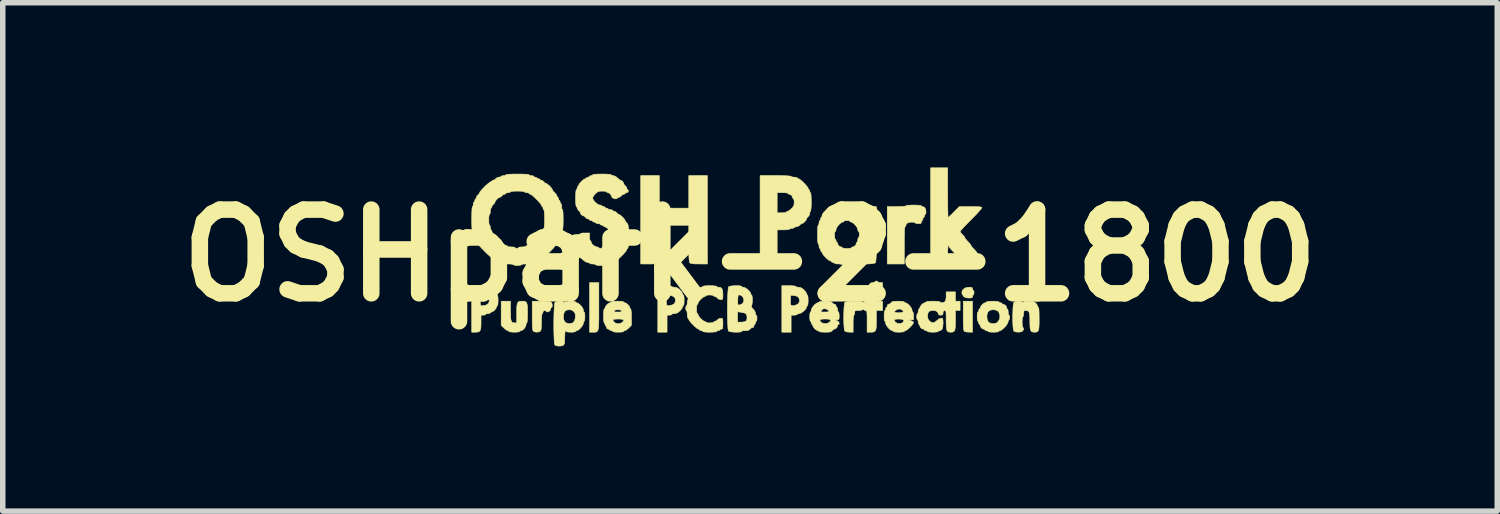
<source format=kicad_pcb>
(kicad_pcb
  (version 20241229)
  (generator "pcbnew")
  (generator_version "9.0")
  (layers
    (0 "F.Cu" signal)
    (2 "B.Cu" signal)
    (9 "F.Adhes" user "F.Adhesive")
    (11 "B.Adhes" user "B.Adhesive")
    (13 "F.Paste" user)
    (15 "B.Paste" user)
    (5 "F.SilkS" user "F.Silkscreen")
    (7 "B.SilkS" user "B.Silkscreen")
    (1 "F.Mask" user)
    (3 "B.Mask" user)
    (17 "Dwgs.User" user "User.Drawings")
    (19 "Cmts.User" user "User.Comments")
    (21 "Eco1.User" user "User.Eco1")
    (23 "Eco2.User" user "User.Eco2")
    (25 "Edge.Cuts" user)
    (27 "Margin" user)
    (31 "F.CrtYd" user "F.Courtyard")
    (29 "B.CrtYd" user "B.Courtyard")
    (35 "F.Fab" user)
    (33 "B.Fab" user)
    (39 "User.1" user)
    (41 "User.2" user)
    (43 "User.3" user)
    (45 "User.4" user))
  (footprint "OSHpark-2-1800"
    (layer "F.Cu")
    (at 10.603 1.6)
    (property "Reference" "OSHpark-2-1800" (at 0 0 180) (layer "F.SilkS") (effects (font (size 1.524 1.524) (thickness 0.3))))
    (attr through_hole)
    (fp_poly (pts (xy 4.05 1.397) (xy 3.983 1.396) (xy 3.935 1.392) (xy 3.903 1.38) (xy 3.898 1.376) (xy 3.891 1.359) (xy 3.886 1.323) (xy 3.883 1.266) (xy 3.881 1.185) (xy 3.881 1.094) (xy 3.881 0.833) (xy 4.05 0.833) (xy 4.05 1.397)) (stroke (width 0.01) (type solid)) (fill yes) (layer "F.SilkS"))
    (fp_poly (pts (xy -2.752 0.925) (xy -2.752 1.053) (xy -2.752 1.155) (xy -2.754 1.235) (xy -2.757 1.295) (xy -2.762 1.338) (xy -2.771 1.367) (xy -2.783 1.384) (xy -2.799 1.393) (xy -2.82 1.397) (xy -2.847 1.397) (xy -2.856 1.397) (xy -2.921 1.397) (xy -2.921 0.494) (xy -2.752 0.494) (xy -2.752 0.925)) (stroke (width 0.01) (type solid)) (fill yes) (layer "F.SilkS"))
    (fp_poly (pts (xy 4.026 0.58) (xy 4.045 0.588) (xy 4.05 0.604) (xy 4.05 0.607) (xy 4.056 0.63) (xy 4.064 0.635) (xy 4.074 0.647) (xy 4.078 0.677) (xy 4.078 0.677) (xy 4.074 0.707) (xy 4.064 0.72) (xy 4.064 0.72) (xy 4.053 0.731) (xy 4.05 0.748) (xy 4.046 0.765) (xy 4.03 0.773) (xy 3.994 0.775) (xy 3.983 0.775) (xy 3.933 0.77) (xy 3.9 0.755) (xy 3.884 0.74) (xy 3.858 0.697) (xy 3.858 0.655) (xy 3.879 0.618) (xy 3.919 0.591) (xy 3.976 0.579) (xy 3.986 0.579) (xy 4.026 0.58)) (stroke (width 0.01) (type solid)) (fill yes) (layer "F.SilkS"))
    (fp_poly (pts (xy -1.651 -0.861) (xy -1.115 -0.861) (xy -1.115 -1.453) (xy -0.776 -1.453) (xy -0.776 0.155) (xy -0.925 0.155) (xy -1 0.154) (xy -1.051 0.15) (xy -1.082 0.143) (xy -1.095 0.135) (xy -1.101 0.124) (xy -1.106 0.102) (xy -1.11 0.066) (xy -1.113 0.014) (xy -1.114 -0.058) (xy -1.115 -0.153) (xy -1.115 -0.218) (xy -1.115 -0.55) (xy -1.651 -0.55) (xy -1.651 -0.218) (xy -1.651 -0.108) (xy -1.652 -0.023) (xy -1.654 0.039) (xy -1.657 0.084) (xy -1.662 0.113) (xy -1.667 0.13) (xy -1.671 0.135) (xy -1.69 0.145) (xy -1.725 0.151) (xy -1.781 0.155) (xy -1.84 0.155) (xy -1.99 0.155) (xy -1.99 -1.453) (xy -1.651 -1.453) (xy -1.651 -0.861)) (stroke (width 0.01) (type solid)) (fill yes) (layer "F.SilkS"))
    (fp_poly (pts (xy -3.724 0.834) (xy -3.671 0.837) (xy -3.637 0.843) (xy -3.619 0.852) (xy -3.618 0.853) (xy -3.605 0.877) (xy -3.599 0.908) (xy -3.601 0.934) (xy -3.612 0.945) (xy -3.625 0.957) (xy -3.627 0.968) (xy -3.636 0.996) (xy -3.647 1.01) (xy -3.672 1.026) (xy -3.697 1.029) (xy -3.711 1.02) (xy -3.711 1.016) (xy -3.723 1.005) (xy -3.739 1.002) (xy -3.763 1.012) (xy -3.768 1.03) (xy -3.774 1.053) (xy -3.782 1.058) (xy -3.788 1.072) (xy -3.793 1.11) (xy -3.795 1.168) (xy -3.796 1.208) (xy -3.797 1.282) (xy -3.801 1.333) (xy -3.808 1.364) (xy -3.816 1.377) (xy -3.847 1.392) (xy -3.889 1.396) (xy -3.928 1.388) (xy -3.948 1.376) (xy -3.954 1.359) (xy -3.96 1.323) (xy -3.963 1.266) (xy -3.965 1.185) (xy -3.965 1.094) (xy -3.965 0.833) (xy -3.802 0.833) (xy -3.724 0.834)) (stroke (width 0.01) (type solid)) (fill yes) (layer "F.SilkS"))
    (fp_poly (pts (xy -4.36 1.01) (xy -4.359 1.093) (xy -4.356 1.152) (xy -4.347 1.191) (xy -4.334 1.214) (xy -4.313 1.225) (xy -4.284 1.228) (xy -4.247 1.228) (xy -4.247 1.05) (xy -4.247 0.967) (xy -4.243 0.909) (xy -4.234 0.87) (xy -4.219 0.847) (xy -4.196 0.836) (xy -4.162 0.833) (xy -4.149 0.833) (xy -4.111 0.834) (xy -4.084 0.843) (xy -4.067 0.861) (xy -4.057 0.894) (xy -4.051 0.946) (xy -4.05 1.021) (xy -4.05 1.05) (xy -4.051 1.127) (xy -4.054 1.184) (xy -4.059 1.218) (xy -4.064 1.228) (xy -4.075 1.24) (xy -4.078 1.264) (xy -4.088 1.298) (xy -4.113 1.334) (xy -4.144 1.36) (xy -4.169 1.369) (xy -4.188 1.376) (xy -4.191 1.383) (xy -4.204 1.39) (xy -4.239 1.395) (xy -4.29 1.397) (xy -4.29 1.397) (xy -4.34 1.395) (xy -4.375 1.39) (xy -4.389 1.383) (xy -4.389 1.383) (xy -4.4 1.37) (xy -4.41 1.369) (xy -4.432 1.359) (xy -4.464 1.336) (xy -4.481 1.32) (xy -4.53 1.271) (xy -4.53 0.833) (xy -4.36 0.833) (xy -4.36 1.01)) (stroke (width 0.01) (type solid)) (fill yes) (layer "F.SilkS"))
    (fp_poly (pts (xy 3.043 -0.916) (xy 3.09 -0.912) (xy 3.116 -0.906) (xy 3.119 -0.903) (xy 3.13 -0.891) (xy 3.141 -0.889) (xy 3.169 -0.88) (xy 3.183 -0.869) (xy 3.195 -0.845) (xy 3.202 -0.811) (xy 3.203 -0.777) (xy 3.197 -0.753) (xy 3.189 -0.748) (xy 3.178 -0.736) (xy 3.175 -0.72) (xy 3.169 -0.697) (xy 3.161 -0.691) (xy 3.149 -0.68) (xy 3.147 -0.663) (xy 3.141 -0.64) (xy 3.133 -0.635) (xy 3.121 -0.623) (xy 3.119 -0.607) (xy 3.114 -0.588) (xy 3.095 -0.58) (xy 3.062 -0.579) (xy 3.027 -0.582) (xy 3.007 -0.59) (xy 3.006 -0.593) (xy 2.993 -0.601) (xy 2.961 -0.606) (xy 2.941 -0.607) (xy 2.884 -0.599) (xy 2.848 -0.578) (xy 2.836 -0.544) (xy 2.829 -0.525) (xy 2.822 -0.522) (xy 2.817 -0.508) (xy 2.813 -0.467) (xy 2.811 -0.401) (xy 2.809 -0.31) (xy 2.808 -0.196) (xy 2.808 -0.183) (xy 2.808 0.155) (xy 2.498 0.155) (xy 2.498 -0.889) (xy 2.667 -0.889) (xy 2.741 -0.89) (xy 2.796 -0.893) (xy 2.829 -0.898) (xy 2.836 -0.903) (xy 2.85 -0.91) (xy 2.887 -0.914) (xy 2.945 -0.917) (xy 2.977 -0.917) (xy 3.043 -0.916)) (stroke (width 0.01) (type solid)) (fill yes) (layer "F.SilkS"))
    (fp_poly (pts (xy 0.766 0.552) (xy 0.81 0.556) (xy 0.831 0.562) (xy 0.833 0.564) (xy 0.845 0.574) (xy 0.876 0.578) (xy 0.882 0.579) (xy 0.923 0.585) (xy 0.96 0.608) (xy 0.981 0.627) (xy 1.01 0.66) (xy 1.028 0.689) (xy 1.03 0.698) (xy 1.038 0.717) (xy 1.044 0.72) (xy 1.051 0.733) (xy 1.056 0.768) (xy 1.058 0.818) (xy 1.058 0.818) (xy 1.056 0.869) (xy 1.051 0.904) (xy 1.044 0.917) (xy 1.044 0.917) (xy 1.032 0.929) (xy 1.03 0.939) (xy 1.019 0.967) (xy 0.991 1) (xy 0.955 1.031) (xy 0.918 1.053) (xy 0.897 1.058) (xy 0.87 1.063) (xy 0.861 1.072) (xy 0.848 1.081) (xy 0.817 1.086) (xy 0.804 1.087) (xy 0.748 1.087) (xy 0.748 1.397) (xy 0.579 1.397) (xy 0.579 0.861) (xy 0.735 0.861) (xy 0.74 0.896) (xy 0.754 0.912) (xy 0.781 0.915) (xy 0.799 0.913) (xy 0.841 0.9) (xy 0.875 0.882) (xy 0.877 0.88) (xy 0.899 0.843) (xy 0.9 0.799) (xy 0.88 0.76) (xy 0.875 0.755) (xy 0.842 0.738) (xy 0.799 0.729) (xy 0.794 0.728) (xy 0.741 0.727) (xy 0.737 0.803) (xy 0.735 0.861) (xy 0.579 0.861) (xy 0.579 0.55) (xy 0.706 0.55) (xy 0.766 0.552)) (stroke (width 0.01) (type solid)) (fill yes) (layer "F.SilkS"))
    (fp_poly (pts (xy -1.491 0.552) (xy -1.448 0.556) (xy -1.427 0.562) (xy -1.425 0.564) (xy -1.413 0.574) (xy -1.382 0.578) (xy -1.375 0.579) (xy -1.335 0.585) (xy -1.297 0.608) (xy -1.277 0.627) (xy -1.248 0.66) (xy -1.23 0.689) (xy -1.228 0.698) (xy -1.22 0.717) (xy -1.214 0.72) (xy -1.206 0.733) (xy -1.201 0.768) (xy -1.199 0.818) (xy -1.199 0.818) (xy -1.201 0.869) (xy -1.206 0.904) (xy -1.214 0.917) (xy -1.214 0.917) (xy -1.226 0.929) (xy -1.228 0.939) (xy -1.237 0.961) (xy -1.261 0.993) (xy -1.277 1.009) (xy -1.317 1.043) (xy -1.354 1.057) (xy -1.375 1.058) (xy -1.408 1.062) (xy -1.425 1.07) (xy -1.425 1.072) (xy -1.437 1.082) (xy -1.467 1.087) (xy -1.468 1.087) (xy -1.51 1.087) (xy -1.51 1.397) (xy -1.679 1.397) (xy -1.679 0.807) (xy -1.524 0.807) (xy -1.522 0.856) (xy -1.518 0.893) (xy -1.513 0.909) (xy -1.491 0.915) (xy -1.454 0.911) (xy -1.414 0.899) (xy -1.383 0.882) (xy -1.381 0.88) (xy -1.359 0.843) (xy -1.358 0.799) (xy -1.377 0.76) (xy -1.382 0.756) (xy -1.413 0.738) (xy -1.457 0.725) (xy -1.466 0.724) (xy -1.524 0.716) (xy -1.524 0.807) (xy -1.679 0.807) (xy -1.679 0.55) (xy -1.552 0.55) (xy -1.491 0.552)) (stroke (width 0.01) (type solid)) (fill yes) (layer "F.SilkS"))
    (fp_poly (pts (xy -4.878 0.552) (xy -4.835 0.556) (xy -4.813 0.562) (xy -4.812 0.564) (xy -4.799 0.574) (xy -4.769 0.578) (xy -4.762 0.579) (xy -4.722 0.585) (xy -4.684 0.608) (xy -4.663 0.627) (xy -4.635 0.66) (xy -4.617 0.689) (xy -4.614 0.698) (xy -4.607 0.717) (xy -4.6 0.72) (xy -4.593 0.733) (xy -4.588 0.768) (xy -4.586 0.818) (xy -4.586 0.818) (xy -4.588 0.869) (xy -4.593 0.904) (xy -4.6 0.917) (xy -4.6 0.917) (xy -4.613 0.929) (xy -4.614 0.939) (xy -4.625 0.966) (xy -4.651 0.997) (xy -4.681 1.021) (xy -4.705 1.03) (xy -4.725 1.038) (xy -4.727 1.044) (xy -4.739 1.054) (xy -4.769 1.058) (xy -4.77 1.058) (xy -4.799 1.062) (xy -4.812 1.072) (xy -4.812 1.072) (xy -4.824 1.082) (xy -4.854 1.087) (xy -4.854 1.087) (xy -4.897 1.087) (xy -4.897 1.222) (xy -4.898 1.295) (xy -4.904 1.344) (xy -4.918 1.375) (xy -4.941 1.391) (xy -4.977 1.396) (xy -5.001 1.397) (xy -5.066 1.397) (xy -5.066 0.818) (xy -4.911 0.818) (xy -4.91 0.87) (xy -4.907 0.9) (xy -4.899 0.913) (xy -4.885 0.917) (xy -4.876 0.917) (xy -4.835 0.912) (xy -4.807 0.904) (xy -4.766 0.878) (xy -4.748 0.842) (xy -4.749 0.804) (xy -4.769 0.767) (xy -4.804 0.737) (xy -4.853 0.721) (xy -4.876 0.72) (xy -4.894 0.721) (xy -4.905 0.73) (xy -4.909 0.752) (xy -4.911 0.794) (xy -4.911 0.818) (xy -5.066 0.818) (xy -5.066 0.55) (xy -4.939 0.55) (xy -4.878 0.552)) (stroke (width 0.01) (type solid)) (fill yes) (layer "F.SilkS"))
    (fp_poly (pts (xy 5.128 0.834) (xy 5.162 0.841) (xy 5.187 0.855) (xy 5.201 0.867) (xy 5.224 0.897) (xy 5.235 0.922) (xy 5.235 0.924) (xy 5.243 0.943) (xy 5.249 0.945) (xy 5.255 0.959) (xy 5.26 0.998) (xy 5.262 1.061) (xy 5.263 1.144) (xy 5.263 1.151) (xy 5.263 1.24) (xy 5.26 1.304) (xy 5.254 1.349) (xy 5.242 1.376) (xy 5.225 1.391) (xy 5.2 1.396) (xy 5.179 1.397) (xy 5.145 1.394) (xy 5.122 1.383) (xy 5.107 1.36) (xy 5.098 1.319) (xy 5.095 1.258) (xy 5.094 1.199) (xy 5.093 1.12) (xy 5.088 1.065) (xy 5.078 1.03) (xy 5.061 1.011) (xy 5.036 1.003) (xy 5.018 1.002) (xy 4.994 1.005) (xy 4.984 1.019) (xy 4.981 1.052) (xy 4.981 1.058) (xy 4.978 1.094) (xy 4.97 1.113) (xy 4.967 1.115) (xy 4.96 1.128) (xy 4.955 1.163) (xy 4.953 1.213) (xy 4.953 1.214) (xy 4.955 1.264) (xy 4.96 1.299) (xy 4.967 1.312) (xy 4.967 1.312) (xy 4.98 1.323) (xy 4.979 1.346) (xy 4.965 1.372) (xy 4.961 1.377) (xy 4.932 1.391) (xy 4.889 1.396) (xy 4.844 1.393) (xy 4.81 1.382) (xy 4.801 1.376) (xy 4.794 1.353) (xy 4.788 1.309) (xy 4.784 1.248) (xy 4.782 1.176) (xy 4.782 1.1) (xy 4.784 1.025) (xy 4.787 0.956) (xy 4.792 0.901) (xy 4.799 0.864) (xy 4.804 0.853) (xy 4.83 0.84) (xy 4.869 0.834) (xy 4.91 0.833) (xy 4.944 0.84) (xy 4.959 0.85) (xy 4.968 0.861) (xy 4.975 0.85) (xy 4.995 0.839) (xy 5.041 0.833) (xy 5.075 0.833) (xy 5.128 0.834)) (stroke (width 0.01) (type solid)) (fill yes) (layer "F.SilkS"))
    (fp_poly (pts (xy 3.598 -1.143) (xy 3.599 -1.033) (xy 3.599 -0.933) (xy 3.6 -0.846) (xy 3.602 -0.775) (xy 3.603 -0.724) (xy 3.605 -0.696) (xy 3.606 -0.691) (xy 3.619 -0.701) (xy 3.646 -0.726) (xy 3.684 -0.763) (xy 3.711 -0.79) (xy 3.809 -0.889) (xy 4.014 -0.889) (xy 4.095 -0.889) (xy 4.152 -0.887) (xy 4.189 -0.884) (xy 4.21 -0.879) (xy 4.218 -0.872) (xy 4.219 -0.867) (xy 4.21 -0.851) (xy 4.183 -0.819) (xy 4.142 -0.773) (xy 4.09 -0.719) (xy 4.03 -0.658) (xy 4.022 -0.649) (xy 3.961 -0.588) (xy 3.908 -0.533) (xy 3.865 -0.487) (xy 3.837 -0.454) (xy 3.824 -0.437) (xy 3.824 -0.436) (xy 3.834 -0.417) (xy 3.857 -0.39) (xy 3.866 -0.381) (xy 3.893 -0.352) (xy 3.908 -0.329) (xy 3.909 -0.325) (xy 3.918 -0.307) (xy 3.943 -0.277) (xy 3.965 -0.254) (xy 3.996 -0.221) (xy 4.017 -0.194) (xy 4.022 -0.183) (xy 4.031 -0.165) (xy 4.056 -0.136) (xy 4.078 -0.113) (xy 4.109 -0.08) (xy 4.13 -0.053) (xy 4.135 -0.042) (xy 4.144 -0.024) (xy 4.168 0.005) (xy 4.191 0.028) (xy 4.232 0.076) (xy 4.247 0.116) (xy 4.247 0.119) (xy 4.247 0.155) (xy 4.05 0.155) (xy 3.971 0.155) (xy 3.916 0.153) (xy 3.88 0.15) (xy 3.861 0.145) (xy 3.853 0.138) (xy 3.852 0.133) (xy 3.843 0.111) (xy 3.818 0.08) (xy 3.796 0.056) (xy 3.765 0.024) (xy 3.744 -0.003) (xy 3.739 -0.014) (xy 3.73 -0.032) (xy 3.706 -0.062) (xy 3.683 -0.085) (xy 3.652 -0.119) (xy 3.631 -0.148) (xy 3.627 -0.161) (xy 3.619 -0.181) (xy 3.612 -0.183) (xy 3.606 -0.17) (xy 3.602 -0.131) (xy 3.599 -0.071) (xy 3.598 -0.014) (xy 3.598 0.155) (xy 3.288 0.155) (xy 3.288 -1.595) (xy 3.598 -1.595) (xy 3.598 -1.143)) (stroke (width 0.01) (type solid)) (fill yes) (layer "F.SilkS"))
    (fp_poly (pts (xy -3.238 0.833) (xy -3.2 0.836) (xy -3.178 0.843) (xy -3.175 0.847) (xy -3.164 0.859) (xy -3.153 0.861) (xy -3.126 0.872) (xy -3.092 0.9) (xy -3.061 0.936) (xy -3.039 0.972) (xy -3.034 0.994) (xy -3.029 1.021) (xy -3.02 1.03) (xy -3.012 1.043) (xy -3.007 1.077) (xy -3.006 1.115) (xy -3.008 1.16) (xy -3.013 1.19) (xy -3.02 1.199) (xy -3.03 1.212) (xy -3.034 1.235) (xy -3.044 1.266) (xy -3.069 1.303) (xy -3.101 1.338) (xy -3.134 1.363) (xy -3.153 1.369) (xy -3.172 1.376) (xy -3.175 1.383) (xy -3.188 1.39) (xy -3.221 1.396) (xy -3.26 1.397) (xy -3.305 1.395) (xy -3.335 1.389) (xy -3.344 1.383) (xy -3.355 1.369) (xy -3.358 1.369) (xy -3.365 1.382) (xy -3.37 1.419) (xy -3.372 1.473) (xy -3.373 1.49) (xy -3.374 1.559) (xy -3.38 1.604) (xy -3.391 1.629) (xy -3.393 1.631) (xy -3.422 1.645) (xy -3.465 1.65) (xy -3.509 1.647) (xy -3.544 1.636) (xy -3.552 1.63) (xy -3.559 1.609) (xy -3.564 1.565) (xy -3.567 1.501) (xy -3.57 1.424) (xy -3.572 1.337) (xy -3.572 1.246) (xy -3.571 1.154) (xy -3.57 1.098) (xy -3.397 1.098) (xy -3.394 1.163) (xy -3.37 1.21) (xy -3.329 1.236) (xy -3.289 1.242) (xy -3.236 1.232) (xy -3.211 1.214) (xy -3.193 1.183) (xy -3.181 1.138) (xy -3.179 1.126) (xy -3.182 1.064) (xy -3.207 1.019) (xy -3.25 0.993) (xy -3.29 0.988) (xy -3.341 0.995) (xy -3.374 1.02) (xy -3.393 1.065) (xy -3.397 1.098) (xy -3.57 1.098) (xy -3.569 1.066) (xy -3.566 0.988) (xy -3.562 0.923) (xy -3.557 0.877) (xy -3.551 0.854) (xy -3.55 0.853) (xy -3.524 0.84) (xy -3.485 0.834) (xy -3.443 0.833) (xy -3.41 0.84) (xy -3.395 0.85) (xy -3.386 0.861) (xy -3.378 0.85) (xy -3.362 0.841) (xy -3.327 0.836) (xy -3.283 0.833) (xy -3.238 0.833)) (stroke (width 0.01) (type solid)) (fill yes) (layer "F.SilkS"))
    (fp_poly (pts (xy 0.569 -1.453) (xy 0.651 -1.451) (xy 0.709 -1.447) (xy 0.741 -1.443) (xy 0.748 -1.439) (xy 0.76 -1.43) (xy 0.792 -1.426) (xy 0.804 -1.425) (xy 0.84 -1.422) (xy 0.859 -1.414) (xy 0.861 -1.411) (xy 0.872 -1.399) (xy 0.882 -1.397) (xy 0.903 -1.387) (xy 0.936 -1.361) (xy 0.974 -1.326) (xy 1.011 -1.288) (xy 1.04 -1.253) (xy 1.057 -1.227) (xy 1.058 -1.221) (xy 1.066 -1.202) (xy 1.072 -1.199) (xy 1.084 -1.188) (xy 1.087 -1.171) (xy 1.092 -1.148) (xy 1.101 -1.143) (xy 1.107 -1.129) (xy 1.111 -1.091) (xy 1.114 -1.031) (xy 1.115 -0.974) (xy 1.114 -0.899) (xy 1.11 -0.844) (xy 1.105 -0.812) (xy 1.101 -0.804) (xy 1.09 -0.792) (xy 1.087 -0.765) (xy 1.076 -0.726) (xy 1.058 -0.706) (xy 1.036 -0.683) (xy 1.03 -0.667) (xy 1.02 -0.643) (xy 0.995 -0.613) (xy 0.966 -0.589) (xy 0.942 -0.579) (xy 0.92 -0.568) (xy 0.903 -0.55) (xy 0.872 -0.528) (xy 0.844 -0.522) (xy 0.815 -0.518) (xy 0.804 -0.508) (xy 0.792 -0.498) (xy 0.763 -0.494) (xy 0.762 -0.494) (xy 0.732 -0.49) (xy 0.72 -0.48) (xy 0.72 -0.48) (xy 0.706 -0.473) (xy 0.67 -0.468) (xy 0.617 -0.466) (xy 0.607 -0.466) (xy 0.494 -0.466) (xy 0.494 0.155) (xy 0.183 0.155) (xy 0.183 -1.143) (xy 0.494 -1.143) (xy 0.494 -0.776) (xy 0.579 -0.776) (xy 0.624 -0.778) (xy 0.654 -0.784) (xy 0.663 -0.79) (xy 0.675 -0.803) (xy 0.685 -0.804) (xy 0.707 -0.814) (xy 0.739 -0.838) (xy 0.755 -0.853) (xy 0.787 -0.889) (xy 0.801 -0.923) (xy 0.804 -0.966) (xy 0.802 -1.004) (xy 0.795 -1.027) (xy 0.79 -1.03) (xy 0.778 -1.042) (xy 0.776 -1.052) (xy 0.764 -1.084) (xy 0.736 -1.109) (xy 0.714 -1.115) (xy 0.694 -1.122) (xy 0.691 -1.129) (xy 0.678 -1.136) (xy 0.643 -1.141) (xy 0.593 -1.143) (xy 0.494 -1.143) (xy 0.183 -1.143) (xy 0.183 -1.453) (xy 0.466 -1.453) (xy 0.569 -1.453)) (stroke (width 0.01) (type solid)) (fill yes) (layer "F.SilkS"))
    (fp_poly (pts (xy 2.323 0.472) (xy 2.328 0.48) (xy 2.341 0.49) (xy 2.37 0.494) (xy 2.371 0.494) (xy 2.413 0.494) (xy 2.413 0.663) (xy 2.3 0.663) (xy 2.3 0.833) (xy 2.413 0.833) (xy 2.413 1.002) (xy 2.3 1.002) (xy 2.3 1.179) (xy 2.299 1.262) (xy 2.296 1.321) (xy 2.287 1.359) (xy 2.272 1.382) (xy 2.248 1.393) (xy 2.213 1.397) (xy 2.195 1.397) (xy 2.131 1.397) (xy 2.131 1.199) (xy 2.131 1.121) (xy 2.129 1.067) (xy 2.127 1.032) (xy 2.122 1.013) (xy 2.115 1.004) (xy 2.105 1.002) (xy 2.104 1.002) (xy 2.077 0.994) (xy 2.068 0.984) (xy 2.059 0.974) (xy 2.052 0.984) (xy 2.033 0.996) (xy 1.993 1.001) (xy 1.974 1.002) (xy 1.933 1.003) (xy 1.913 1.009) (xy 1.906 1.024) (xy 1.905 1.044) (xy 1.901 1.074) (xy 1.891 1.087) (xy 1.891 1.087) (xy 1.885 1.1) (xy 1.88 1.138) (xy 1.877 1.197) (xy 1.877 1.242) (xy 1.877 1.397) (xy 1.81 1.396) (xy 1.762 1.392) (xy 1.73 1.38) (xy 1.725 1.376) (xy 1.718 1.353) (xy 1.712 1.309) (xy 1.708 1.248) (xy 1.706 1.176) (xy 1.706 1.1) (xy 1.708 1.025) (xy 1.711 0.956) (xy 1.716 0.901) (xy 1.722 0.868) (xy 2.103 0.868) (xy 2.11 0.875) (xy 2.117 0.868) (xy 2.11 0.861) (xy 2.103 0.868) (xy 1.722 0.868) (xy 1.722 0.864) (xy 1.728 0.853) (xy 1.75 0.843) (xy 1.792 0.837) (xy 1.847 0.833) (xy 1.906 0.831) (xy 1.964 0.833) (xy 2.012 0.837) (xy 2.044 0.844) (xy 2.052 0.85) (xy 2.061 0.861) (xy 2.068 0.85) (xy 2.088 0.835) (xy 2.104 0.833) (xy 2.117 0.83) (xy 2.125 0.819) (xy 2.129 0.795) (xy 2.131 0.751) (xy 2.131 0.706) (xy 2.132 0.645) (xy 2.136 0.601) (xy 2.143 0.58) (xy 2.145 0.579) (xy 2.157 0.567) (xy 2.159 0.556) (xy 2.172 0.523) (xy 2.203 0.5) (xy 2.236 0.494) (xy 2.263 0.489) (xy 2.272 0.48) (xy 2.284 0.468) (xy 2.3 0.466) (xy 2.323 0.472)) (stroke (width 0.01) (type solid)) (fill yes) (layer "F.SilkS"))
    (fp_poly (pts (xy -2.357 0.834) (xy -2.318 0.839) (xy -2.3 0.845) (xy -2.3 0.847) (xy -2.289 0.859) (xy -2.278 0.861) (xy -2.251 0.872) (xy -2.221 0.897) (xy -2.196 0.928) (xy -2.187 0.952) (xy -2.18 0.971) (xy -2.173 0.974) (xy -2.167 0.987) (xy -2.162 1.025) (xy -2.159 1.083) (xy -2.159 1.122) (xy -2.159 1.271) (xy -2.208 1.32) (xy -2.241 1.349) (xy -2.269 1.366) (xy -2.278 1.369) (xy -2.298 1.376) (xy -2.3 1.383) (xy -2.313 1.39) (xy -2.348 1.395) (xy -2.399 1.397) (xy -2.399 1.397) (xy -2.45 1.395) (xy -2.485 1.39) (xy -2.498 1.383) (xy -2.498 1.383) (xy -2.509 1.371) (xy -2.526 1.369) (xy -2.549 1.363) (xy -2.554 1.355) (xy -2.566 1.343) (xy -2.582 1.341) (xy -2.606 1.331) (xy -2.611 1.312) (xy -2.616 1.289) (xy -2.625 1.284) (xy -2.636 1.272) (xy -2.639 1.256) (xy -2.645 1.233) (xy -2.653 1.228) (xy -2.66 1.214) (xy -2.664 1.177) (xy -2.665 1.168) (xy -2.498 1.168) (xy -2.49 1.187) (xy -2.476 1.21) (xy -2.444 1.234) (xy -2.4 1.242) (xy -2.354 1.235) (xy -2.326 1.218) (xy -2.302 1.191) (xy -2.301 1.173) (xy -2.325 1.162) (xy -2.376 1.157) (xy -2.399 1.157) (xy -2.448 1.159) (xy -2.483 1.162) (xy -2.498 1.168) (xy -2.498 1.168) (xy -2.665 1.168) (xy -2.667 1.122) (xy -2.667 1.101) (xy -2.666 1.04) (xy -2.663 1.009) (xy -2.475 1.009) (xy -2.474 1.021) (xy -2.458 1.028) (xy -2.42 1.03) (xy -2.406 1.03) (xy -2.362 1.029) (xy -2.34 1.023) (xy -2.336 1.013) (xy -2.337 1.009) (xy -2.358 0.993) (xy -2.403 0.988) (xy -2.406 0.988) (xy -2.453 0.993) (xy -2.474 1.008) (xy -2.475 1.009) (xy -2.663 1.009) (xy -2.661 0.996) (xy -2.655 0.975) (xy -2.653 0.974) (xy -2.64 0.962) (xy -2.639 0.952) (xy -2.628 0.925) (xy -2.602 0.894) (xy -2.572 0.87) (xy -2.548 0.861) (xy -2.529 0.853) (xy -2.526 0.847) (xy -2.513 0.84) (xy -2.477 0.835) (xy -2.423 0.833) (xy -2.413 0.833) (xy -2.357 0.834)) (stroke (width 0.01) (type solid)) (fill yes) (layer "F.SilkS"))
    (fp_poly (pts (xy 4.473 0.834) (xy 4.512 0.839) (xy 4.529 0.845) (xy 4.53 0.847) (xy 4.541 0.858) (xy 4.558 0.861) (xy 4.581 0.867) (xy 4.586 0.875) (xy 4.598 0.887) (xy 4.608 0.889) (xy 4.64 0.901) (xy 4.665 0.929) (xy 4.671 0.951) (xy 4.678 0.971) (xy 4.685 0.974) (xy 4.694 0.986) (xy 4.699 1.017) (xy 4.699 1.03) (xy 4.702 1.065) (xy 4.71 1.085) (xy 4.713 1.087) (xy 4.723 1.099) (xy 4.727 1.128) (xy 4.727 1.129) (xy 4.723 1.159) (xy 4.713 1.171) (xy 4.713 1.171) (xy 4.703 1.183) (xy 4.699 1.207) (xy 4.689 1.235) (xy 4.664 1.273) (xy 4.63 1.312) (xy 4.594 1.345) (xy 4.563 1.366) (xy 4.551 1.369) (xy 4.532 1.376) (xy 4.53 1.383) (xy 4.517 1.39) (xy 4.482 1.395) (xy 4.431 1.397) (xy 4.431 1.397) (xy 4.38 1.395) (xy 4.345 1.39) (xy 4.332 1.383) (xy 4.332 1.383) (xy 4.32 1.371) (xy 4.304 1.369) (xy 4.281 1.363) (xy 4.276 1.355) (xy 4.264 1.342) (xy 4.253 1.341) (xy 4.222 1.329) (xy 4.197 1.301) (xy 4.191 1.278) (xy 4.184 1.259) (xy 4.177 1.256) (xy 4.165 1.244) (xy 4.163 1.228) (xy 4.157 1.205) (xy 4.149 1.199) (xy 4.141 1.187) (xy 4.136 1.153) (xy 4.135 1.115) (xy 4.311 1.115) (xy 4.319 1.177) (xy 4.343 1.218) (xy 4.386 1.238) (xy 4.424 1.242) (xy 4.473 1.236) (xy 4.507 1.214) (xy 4.511 1.21) (xy 4.543 1.159) (xy 4.549 1.101) (xy 4.542 1.065) (xy 4.522 1.022) (xy 4.487 0.997) (xy 4.434 0.988) (xy 4.42 0.988) (xy 4.366 0.997) (xy 4.331 1.026) (xy 4.314 1.076) (xy 4.311 1.115) (xy 4.135 1.115) (xy 4.137 1.07) (xy 4.142 1.039) (xy 4.149 1.03) (xy 4.16 1.018) (xy 4.163 1.002) (xy 4.169 0.979) (xy 4.177 0.974) (xy 4.189 0.962) (xy 4.191 0.952) (xy 4.202 0.925) (xy 4.227 0.894) (xy 4.258 0.87) (xy 4.282 0.861) (xy 4.301 0.853) (xy 4.304 0.847) (xy 4.317 0.84) (xy 4.353 0.835) (xy 4.407 0.833) (xy 4.417 0.833) (xy 4.473 0.834)) (stroke (width 0.01) (type solid)) (fill yes) (layer "F.SilkS"))
    (fp_poly (pts (xy 2.753 0.834) (xy 2.791 0.839) (xy 2.808 0.846) (xy 2.808 0.847) (xy 2.82 0.859) (xy 2.83 0.861) (xy 2.857 0.872) (xy 2.891 0.9) (xy 2.922 0.936) (xy 2.944 0.972) (xy 2.949 0.994) (xy 2.954 1.021) (xy 2.963 1.03) (xy 2.971 1.043) (xy 2.976 1.075) (xy 2.977 1.101) (xy 2.977 1.171) (xy 2.925 1.172) (xy 2.893 1.174) (xy 2.887 1.178) (xy 2.907 1.184) (xy 2.939 1.191) (xy 2.967 1.204) (xy 2.977 1.221) (xy 2.967 1.243) (xy 2.942 1.276) (xy 2.908 1.311) (xy 2.873 1.343) (xy 2.843 1.364) (xy 2.83 1.369) (xy 2.811 1.376) (xy 2.808 1.383) (xy 2.795 1.39) (xy 2.76 1.395) (xy 2.709 1.397) (xy 2.709 1.397) (xy 2.659 1.395) (xy 2.624 1.39) (xy 2.611 1.383) (xy 2.611 1.383) (xy 2.599 1.37) (xy 2.589 1.369) (xy 2.561 1.358) (xy 2.528 1.33) (xy 2.497 1.293) (xy 2.475 1.257) (xy 2.469 1.235) (xy 2.465 1.208) (xy 2.455 1.199) (xy 2.448 1.187) (xy 2.627 1.187) (xy 2.647 1.215) (xy 2.648 1.216) (xy 2.683 1.236) (xy 2.729 1.24) (xy 2.771 1.227) (xy 2.781 1.219) (xy 2.801 1.192) (xy 2.795 1.173) (xy 2.761 1.161) (xy 2.708 1.157) (xy 2.656 1.16) (xy 2.629 1.169) (xy 2.627 1.187) (xy 2.448 1.187) (xy 2.448 1.186) (xy 2.443 1.151) (xy 2.441 1.101) (xy 2.441 1.101) (xy 2.443 1.05) (xy 2.446 1.031) (xy 2.632 1.031) (xy 2.651 1.04) (xy 2.687 1.044) (xy 2.729 1.043) (xy 2.766 1.038) (xy 2.787 1.029) (xy 2.788 1.028) (xy 2.787 1.009) (xy 2.766 0.989) (xy 2.735 0.976) (xy 2.717 0.974) (xy 2.686 0.98) (xy 2.656 0.996) (xy 2.635 1.016) (xy 2.632 1.031) (xy 2.446 1.031) (xy 2.448 1.015) (xy 2.455 1.002) (xy 2.455 1.002) (xy 2.467 0.99) (xy 2.469 0.974) (xy 2.475 0.951) (xy 2.484 0.945) (xy 2.495 0.934) (xy 2.498 0.917) (xy 2.508 0.893) (xy 2.523 0.889) (xy 2.55 0.878) (xy 2.568 0.861) (xy 2.583 0.846) (xy 2.605 0.838) (xy 2.642 0.834) (xy 2.698 0.833) (xy 2.753 0.834)) (stroke (width 0.01) (type solid)) (fill yes) (layer "F.SilkS"))
    (fp_poly (pts (xy -0.19 0.552) (xy -0.162 0.558) (xy -0.155 0.564) (xy -0.143 0.575) (xy -0.119 0.579) (xy -0.088 0.589) (xy -0.051 0.613) (xy -0.016 0.646) (xy 0.008 0.678) (xy 0.014 0.698) (xy 0.022 0.717) (xy 0.028 0.72) (xy 0.036 0.732) (xy 0.041 0.764) (xy 0.043 0.807) (xy 0.041 0.853) (xy 0.036 0.892) (xy 0.029 0.917) (xy 0.025 0.921) (xy 0.022 0.933) (xy 0.041 0.959) (xy 0.053 0.97) (xy 0.087 1.012) (xy 0.099 1.05) (xy 0.103 1.077) (xy 0.113 1.087) (xy 0.122 1.099) (xy 0.127 1.13) (xy 0.127 1.143) (xy 0.124 1.178) (xy 0.116 1.198) (xy 0.113 1.199) (xy 0.101 1.211) (xy 0.099 1.228) (xy 0.093 1.251) (xy 0.085 1.256) (xy 0.073 1.268) (xy 0.071 1.284) (xy 0.061 1.308) (xy 0.045 1.312) (xy 0.018 1.323) (xy 0 1.341) (xy -0.022 1.359) (xy -0.058 1.368) (xy -0.088 1.369) (xy -0.127 1.371) (xy -0.151 1.378) (xy -0.155 1.383) (xy -0.168 1.391) (xy -0.201 1.396) (xy -0.246 1.397) (xy -0.295 1.396) (xy -0.342 1.391) (xy -0.377 1.384) (xy -0.392 1.376) (xy -0.398 1.355) (xy -0.403 1.311) (xy -0.406 1.247) (xy -0.408 1.214) (xy -0.226 1.214) (xy -0.157 1.214) (xy -0.102 1.208) (xy -0.071 1.193) (xy -0.07 1.192) (xy -0.056 1.158) (xy -0.055 1.115) (xy -0.065 1.076) (xy -0.074 1.063) (xy -0.098 1.05) (xy -0.139 1.039) (xy -0.159 1.035) (xy -0.226 1.026) (xy -0.226 1.214) (xy -0.408 1.214) (xy -0.409 1.17) (xy -0.411 1.082) (xy -0.411 0.989) (xy -0.41 0.895) (xy -0.41 0.859) (xy -0.224 0.859) (xy -0.222 0.888) (xy -0.214 0.9) (xy -0.201 0.903) (xy -0.17 0.895) (xy -0.144 0.881) (xy -0.118 0.848) (xy -0.112 0.807) (xy -0.125 0.766) (xy -0.153 0.733) (xy -0.191 0.717) (xy -0.206 0.717) (xy -0.215 0.728) (xy -0.22 0.755) (xy -0.223 0.803) (xy -0.223 0.808) (xy -0.224 0.859) (xy -0.41 0.859) (xy -0.409 0.806) (xy -0.406 0.724) (xy -0.402 0.655) (xy -0.397 0.604) (xy -0.391 0.575) (xy -0.389 0.57) (xy -0.367 0.561) (xy -0.329 0.554) (xy -0.281 0.551) (xy -0.232 0.55) (xy -0.19 0.552)) (stroke (width 0.01) (type solid)) (fill yes) (layer "F.SilkS"))
    (fp_poly (pts (xy 1.423 0.834) (xy 1.46 0.838) (xy 1.482 0.846) (xy 1.496 0.861) (xy 1.521 0.883) (xy 1.541 0.889) (xy 1.562 0.9) (xy 1.566 0.917) (xy 1.572 0.94) (xy 1.58 0.945) (xy 1.59 0.958) (xy 1.595 0.987) (xy 1.595 0.988) (xy 1.599 1.018) (xy 1.608 1.03) (xy 1.609 1.03) (xy 1.617 1.043) (xy 1.622 1.075) (xy 1.623 1.101) (xy 1.622 1.143) (xy 1.616 1.164) (xy 1.601 1.171) (xy 1.584 1.172) (xy 1.545 1.173) (xy 1.584 1.188) (xy 1.608 1.204) (xy 1.622 1.227) (xy 1.624 1.247) (xy 1.609 1.256) (xy 1.609 1.256) (xy 1.596 1.267) (xy 1.595 1.278) (xy 1.583 1.309) (xy 1.558 1.333) (xy 1.535 1.341) (xy 1.513 1.351) (xy 1.496 1.369) (xy 1.481 1.383) (xy 1.459 1.392) (xy 1.422 1.396) (xy 1.366 1.397) (xy 1.311 1.395) (xy 1.273 1.391) (xy 1.256 1.384) (xy 1.256 1.383) (xy 1.244 1.37) (xy 1.234 1.369) (xy 1.207 1.358) (xy 1.177 1.332) (xy 1.152 1.302) (xy 1.143 1.278) (xy 1.136 1.259) (xy 1.129 1.256) (xy 1.117 1.244) (xy 1.115 1.228) (xy 1.109 1.205) (xy 1.101 1.199) (xy 1.093 1.187) (xy 1.092 1.181) (xy 1.271 1.181) (xy 1.283 1.204) (xy 1.293 1.216) (xy 1.328 1.236) (xy 1.374 1.241) (xy 1.419 1.232) (xy 1.442 1.218) (xy 1.466 1.191) (xy 1.466 1.173) (xy 1.442 1.162) (xy 1.392 1.157) (xy 1.369 1.157) (xy 1.311 1.159) (xy 1.279 1.166) (xy 1.271 1.181) (xy 1.092 1.181) (xy 1.088 1.153) (xy 1.087 1.115) (xy 1.089 1.07) (xy 1.094 1.039) (xy 1.101 1.03) (xy 1.111 1.019) (xy 1.292 1.019) (xy 1.299 1.027) (xy 1.325 1.03) (xy 1.362 1.03) (xy 1.41 1.028) (xy 1.433 1.022) (xy 1.436 1.012) (xy 1.416 0.989) (xy 1.381 0.973) (xy 1.345 0.969) (xy 1.339 0.97) (xy 1.31 0.988) (xy 1.297 1.004) (xy 1.292 1.019) (xy 1.111 1.019) (xy 1.111 1.018) (xy 1.115 0.994) (xy 1.125 0.963) (xy 1.15 0.926) (xy 1.182 0.891) (xy 1.215 0.867) (xy 1.234 0.861) (xy 1.253 0.853) (xy 1.256 0.847) (xy 1.269 0.84) (xy 1.305 0.835) (xy 1.358 0.833) (xy 1.366 0.833) (xy 1.423 0.834)) (stroke (width 0.01) (type solid)) (fill yes) (layer "F.SilkS"))
    (fp_poly (pts (xy 3.739 0.833) (xy 3.824 0.833) (xy 3.824 1.002) (xy 3.739 1.002) (xy 3.739 1.179) (xy 3.739 1.262) (xy 3.735 1.321) (xy 3.727 1.36) (xy 3.712 1.383) (xy 3.69 1.394) (xy 3.659 1.397) (xy 3.655 1.397) (xy 3.622 1.395) (xy 3.6 1.385) (xy 3.584 1.364) (xy 3.576 1.327) (xy 3.571 1.271) (xy 3.57 1.191) (xy 3.57 1.179) (xy 3.57 1.106) (xy 3.569 1.056) (xy 3.566 1.025) (xy 3.56 1.009) (xy 3.552 1.003) (xy 3.542 1.002) (xy 3.521 1.009) (xy 3.514 1.033) (xy 3.514 1.044) (xy 3.51 1.074) (xy 3.494 1.085) (xy 3.471 1.087) (xy 3.438 1.081) (xy 3.429 1.064) (xy 3.423 1.049) (xy 3.462 1.049) (xy 3.464 1.057) (xy 3.471 1.058) (xy 3.483 1.053) (xy 3.481 1.049) (xy 3.464 1.047) (xy 3.462 1.049) (xy 3.423 1.049) (xy 3.416 1.031) (xy 3.381 1.009) (xy 3.33 1.002) (xy 3.277 1.009) (xy 3.246 1.032) (xy 3.233 1.076) (xy 3.231 1.1) (xy 3.238 1.151) (xy 3.263 1.19) (xy 3.266 1.193) (xy 3.307 1.222) (xy 3.348 1.223) (xy 3.39 1.196) (xy 3.401 1.185) (xy 3.441 1.154) (xy 3.477 1.143) (xy 3.497 1.144) (xy 3.508 1.153) (xy 3.512 1.175) (xy 3.514 1.217) (xy 3.514 1.236) (xy 3.509 1.303) (xy 3.495 1.345) (xy 3.471 1.366) (xy 3.451 1.369) (xy 3.432 1.376) (xy 3.429 1.383) (xy 3.416 1.39) (xy 3.381 1.395) (xy 3.33 1.397) (xy 3.33 1.397) (xy 3.28 1.395) (xy 3.245 1.39) (xy 3.231 1.383) (xy 3.231 1.383) (xy 3.22 1.371) (xy 3.203 1.369) (xy 3.18 1.363) (xy 3.175 1.355) (xy 3.164 1.342) (xy 3.153 1.341) (xy 3.121 1.329) (xy 3.097 1.301) (xy 3.09 1.278) (xy 3.083 1.259) (xy 3.076 1.256) (xy 3.066 1.244) (xy 3.062 1.214) (xy 3.062 1.214) (xy 3.058 1.184) (xy 3.048 1.171) (xy 3.048 1.171) (xy 3.039 1.159) (xy 3.034 1.127) (xy 3.034 1.115) (xy 3.037 1.079) (xy 3.045 1.06) (xy 3.048 1.058) (xy 3.058 1.046) (xy 3.062 1.017) (xy 3.062 1.016) (xy 3.066 0.986) (xy 3.076 0.974) (xy 3.076 0.974) (xy 3.089 0.962) (xy 3.09 0.952) (xy 3.101 0.925) (xy 3.127 0.894) (xy 3.157 0.87) (xy 3.181 0.861) (xy 3.201 0.853) (xy 3.203 0.847) (xy 3.217 0.84) (xy 3.253 0.835) (xy 3.309 0.833) (xy 3.33 0.833) (xy 3.391 0.834) (xy 3.434 0.838) (xy 3.456 0.844) (xy 3.457 0.847) (xy 3.469 0.858) (xy 3.495 0.86) (xy 3.526 0.854) (xy 3.55 0.841) (xy 3.563 0.811) (xy 3.57 0.76) (xy 3.57 0.742) (xy 3.57 0.663) (xy 3.739 0.663) (xy 3.739 0.833)) (stroke (width 0.01) (type solid)) (fill yes) (layer "F.SilkS"))
    (fp_poly (pts (xy -0.673 0.552) (xy -0.63 0.556) (xy -0.608 0.562) (xy -0.607 0.564) (xy -0.595 0.575) (xy -0.57 0.579) (xy -0.533 0.585) (xy -0.51 0.607) (xy -0.497 0.648) (xy -0.494 0.712) (xy -0.494 0.761) (xy -0.498 0.789) (xy -0.506 0.801) (xy -0.523 0.804) (xy -0.533 0.804) (xy -0.573 0.794) (xy -0.593 0.776) (xy -0.618 0.754) (xy -0.638 0.748) (xy -0.659 0.741) (xy -0.663 0.734) (xy -0.676 0.726) (xy -0.708 0.721) (xy -0.734 0.72) (xy -0.774 0.722) (xy -0.8 0.729) (xy -0.804 0.734) (xy -0.816 0.746) (xy -0.826 0.748) (xy -0.85 0.758) (xy -0.882 0.784) (xy -0.914 0.816) (xy -0.938 0.847) (xy -0.945 0.867) (xy -0.953 0.886) (xy -0.96 0.889) (xy -0.967 0.902) (xy -0.972 0.935) (xy -0.974 0.974) (xy -0.972 1.019) (xy -0.966 1.049) (xy -0.96 1.058) (xy -0.947 1.07) (xy -0.945 1.08) (xy -0.935 1.104) (xy -0.91 1.136) (xy -0.877 1.168) (xy -0.846 1.192) (xy -0.826 1.199) (xy -0.807 1.207) (xy -0.804 1.214) (xy -0.792 1.222) (xy -0.759 1.227) (xy -0.734 1.228) (xy -0.694 1.225) (xy -0.668 1.219) (xy -0.663 1.214) (xy -0.652 1.202) (xy -0.638 1.199) (xy -0.611 1.189) (xy -0.593 1.171) (xy -0.561 1.148) (xy -0.533 1.143) (xy -0.513 1.144) (xy -0.501 1.151) (xy -0.496 1.171) (xy -0.494 1.209) (xy -0.494 1.242) (xy -0.495 1.294) (xy -0.498 1.323) (xy -0.506 1.337) (xy -0.52 1.341) (xy -0.522 1.341) (xy -0.545 1.346) (xy -0.55 1.355) (xy -0.562 1.366) (xy -0.579 1.369) (xy -0.601 1.375) (xy -0.607 1.383) (xy -0.62 1.39) (xy -0.657 1.394) (xy -0.713 1.397) (xy -0.734 1.397) (xy -0.795 1.396) (xy -0.838 1.391) (xy -0.859 1.385) (xy -0.861 1.383) (xy -0.873 1.371) (xy -0.889 1.369) (xy -0.912 1.363) (xy -0.917 1.355) (xy -0.929 1.342) (xy -0.939 1.341) (xy -0.96 1.331) (xy -0.992 1.305) (xy -1.03 1.27) (xy -1.067 1.232) (xy -1.097 1.196) (xy -1.113 1.17) (xy -1.115 1.164) (xy -1.122 1.145) (xy -1.129 1.143) (xy -1.137 1.13) (xy -1.142 1.098) (xy -1.143 1.072) (xy -1.146 1.032) (xy -1.152 1.007) (xy -1.157 1.002) (xy -1.167 0.99) (xy -1.171 0.96) (xy -1.171 0.96) (xy -1.17 0.953) (xy -1.143 0.953) (xy -1.136 0.96) (xy -1.129 0.953) (xy -1.136 0.945) (xy -1.143 0.953) (xy -1.17 0.953) (xy -1.167 0.93) (xy -1.157 0.917) (xy -1.157 0.917) (xy -1.148 0.905) (xy -1.143 0.873) (xy -1.143 0.861) (xy -1.14 0.825) (xy -1.132 0.806) (xy -1.129 0.804) (xy -1.116 0.793) (xy -1.115 0.783) (xy -1.104 0.759) (xy -1.077 0.724) (xy -1.039 0.684) (xy -0.995 0.644) (xy -0.953 0.609) (xy -0.917 0.586) (xy -0.896 0.579) (xy -0.87 0.574) (xy -0.861 0.564) (xy -0.847 0.558) (xy -0.811 0.553) (xy -0.755 0.55) (xy -0.734 0.55) (xy -0.673 0.552)) (stroke (width 0.01) (type solid)) (fill yes) (layer "F.SilkS"))
    (fp_poly (pts (xy 1.792 -0.916) (xy 1.843 -0.913) (xy 1.872 -0.907) (xy 1.877 -0.903) (xy 1.889 -0.891) (xy 1.904 -0.889) (xy 1.93 -0.881) (xy 1.939 -0.871) (xy 1.948 -0.861) (xy 1.956 -0.871) (xy 1.969 -0.88) (xy 2.003 -0.885) (xy 2.06 -0.888) (xy 2.132 -0.889) (xy 2.3 -0.889) (xy 2.3 -0.387) (xy 2.3 -0.251) (xy 2.299 -0.14) (xy 2.298 -0.053) (xy 2.297 0.014) (xy 2.294 0.064) (xy 2.291 0.098) (xy 2.287 0.12) (xy 2.282 0.133) (xy 2.28 0.135) (xy 2.259 0.143) (xy 2.219 0.15) (xy 2.167 0.154) (xy 2.11 0.156) (xy 2.054 0.156) (xy 2.006 0.153) (xy 1.973 0.148) (xy 1.961 0.141) (xy 1.95 0.13) (xy 1.933 0.127) (xy 1.91 0.133) (xy 1.905 0.141) (xy 1.892 0.15) (xy 1.861 0.155) (xy 1.849 0.155) (xy 1.813 0.158) (xy 1.794 0.166) (xy 1.792 0.169) (xy 1.78 0.178) (xy 1.748 0.183) (xy 1.736 0.183) (xy 1.7 0.18) (xy 1.681 0.172) (xy 1.679 0.169) (xy 1.667 0.161) (xy 1.634 0.156) (xy 1.609 0.155) (xy 1.568 0.153) (xy 1.543 0.146) (xy 1.538 0.141) (xy 1.526 0.13) (xy 1.51 0.127) (xy 1.487 0.121) (xy 1.486 0.12) (xy 1.99 0.12) (xy 1.997 0.127) (xy 2.004 0.12) (xy 1.997 0.113) (xy 1.99 0.12) (xy 1.486 0.12) (xy 1.482 0.113) (xy 1.47 0.1) (xy 1.46 0.099) (xy 1.438 0.089) (xy 1.405 0.063) (xy 1.37 0.029) (xy 1.338 -0.006) (xy 1.317 -0.036) (xy 1.312 -0.049) (xy 1.305 -0.068) (xy 1.298 -0.071) (xy 1.287 -0.082) (xy 1.284 -0.099) (xy 1.278 -0.122) (xy 1.27 -0.127) (xy 1.26 -0.139) (xy 1.256 -0.169) (xy 1.256 -0.169) (xy 1.252 -0.199) (xy 1.242 -0.212) (xy 1.242 -0.212) (xy 1.236 -0.225) (xy 1.231 -0.264) (xy 1.228 -0.324) (xy 1.228 -0.367) (xy 1.538 -0.367) (xy 1.541 -0.327) (xy 1.547 -0.301) (xy 1.552 -0.296) (xy 1.564 -0.285) (xy 1.566 -0.268) (xy 1.572 -0.245) (xy 1.58 -0.24) (xy 1.593 -0.228) (xy 1.595 -0.218) (xy 1.606 -0.186) (xy 1.634 -0.161) (xy 1.657 -0.155) (xy 1.676 -0.148) (xy 1.679 -0.141) (xy 1.692 -0.134) (xy 1.726 -0.128) (xy 1.764 -0.127) (xy 1.809 -0.129) (xy 1.84 -0.135) (xy 1.849 -0.141) (xy 1.86 -0.153) (xy 1.871 -0.155) (xy 1.903 -0.167) (xy 1.927 -0.195) (xy 1.933 -0.218) (xy 1.941 -0.237) (xy 1.947 -0.24) (xy 1.957 -0.252) (xy 1.961 -0.282) (xy 1.961 -0.282) (xy 1.966 -0.312) (xy 1.975 -0.325) (xy 1.976 -0.325) (xy 1.984 -0.337) (xy 1.989 -0.368) (xy 1.99 -0.381) (xy 1.987 -0.416) (xy 1.979 -0.436) (xy 1.976 -0.437) (xy 1.965 -0.45) (xy 1.961 -0.473) (xy 1.951 -0.504) (xy 1.927 -0.541) (xy 1.894 -0.576) (xy 1.862 -0.601) (xy 1.842 -0.607) (xy 1.823 -0.614) (xy 1.82 -0.621) (xy 1.808 -0.63) (xy 1.777 -0.635) (xy 1.764 -0.635) (xy 1.729 -0.632) (xy 1.709 -0.624) (xy 1.707 -0.621) (xy 1.696 -0.608) (xy 1.686 -0.607) (xy 1.658 -0.596) (xy 1.625 -0.568) (xy 1.594 -0.531) (xy 1.572 -0.495) (xy 1.566 -0.473) (xy 1.562 -0.446) (xy 1.552 -0.437) (xy 1.544 -0.425) (xy 1.539 -0.392) (xy 1.538 -0.367) (xy 1.228 -0.367) (xy 1.228 -0.381) (xy 1.229 -0.455) (xy 1.232 -0.51) (xy 1.237 -0.543) (xy 1.242 -0.55) (xy 1.252 -0.563) (xy 1.256 -0.592) (xy 1.256 -0.593) (xy 1.26 -0.622) (xy 1.27 -0.635) (xy 1.27 -0.635) (xy 1.281 -0.647) (xy 1.284 -0.663) (xy 1.29 -0.686) (xy 1.298 -0.691) (xy 1.311 -0.703) (xy 1.312 -0.713) (xy 1.322 -0.736) (xy 1.347 -0.768) (xy 1.378 -0.8) (xy 1.409 -0.824) (xy 1.429 -0.833) (xy 1.451 -0.843) (xy 1.468 -0.861) (xy 1.499 -0.884) (xy 1.527 -0.889) (xy 1.555 -0.893) (xy 1.566 -0.903) (xy 1.58 -0.909) (xy 1.618 -0.914) (xy 1.677 -0.917) (xy 1.722 -0.917) (xy 1.792 -0.916)) (stroke (width 0.01) (type solid)) (fill yes) (layer "F.SilkS"))
    (fp_poly (pts (xy -2.621 -1.481) (xy -2.566 -1.477) (xy -2.533 -1.472) (xy -2.526 -1.468) (xy -2.514 -1.457) (xy -2.489 -1.453) (xy -2.45 -1.441) (xy -2.413 -1.411) (xy -2.384 -1.384) (xy -2.361 -1.37) (xy -2.357 -1.369) (xy -2.331 -1.358) (xy -2.308 -1.332) (xy -2.3 -1.309) (xy -2.29 -1.287) (xy -2.272 -1.27) (xy -2.25 -1.245) (xy -2.244 -1.225) (xy -2.237 -1.203) (xy -2.23 -1.199) (xy -2.218 -1.188) (xy -2.215 -1.171) (xy -2.225 -1.148) (xy -2.244 -1.143) (xy -2.267 -1.137) (xy -2.272 -1.129) (xy -2.284 -1.117) (xy -2.297 -1.115) (xy -2.324 -1.104) (xy -2.342 -1.087) (xy -2.368 -1.065) (xy -2.388 -1.058) (xy -2.409 -1.052) (xy -2.413 -1.044) (xy -2.425 -1.034) (xy -2.449 -1.03) (xy -2.487 -1.039) (xy -2.516 -1.062) (xy -2.526 -1.087) (xy -2.537 -1.113) (xy -2.564 -1.135) (xy -2.588 -1.143) (xy -2.608 -1.15) (xy -2.611 -1.157) (xy -2.623 -1.165) (xy -2.656 -1.17) (xy -2.689 -1.171) (xy -2.737 -1.169) (xy -2.769 -1.16) (xy -2.798 -1.139) (xy -2.816 -1.122) (xy -2.845 -1.088) (xy -2.862 -1.056) (xy -2.865 -1.044) (xy -2.853 -1.012) (xy -2.825 -0.976) (xy -2.788 -0.943) (xy -2.75 -0.921) (xy -2.731 -0.917) (xy -2.704 -0.912) (xy -2.695 -0.903) (xy -2.683 -0.892) (xy -2.667 -0.889) (xy -2.644 -0.883) (xy -2.639 -0.875) (xy -2.627 -0.863) (xy -2.611 -0.861) (xy -2.588 -0.855) (xy -2.582 -0.847) (xy -2.57 -0.837) (xy -2.541 -0.833) (xy -2.54 -0.833) (xy -2.51 -0.828) (xy -2.498 -0.819) (xy -2.498 -0.818) (xy -2.486 -0.807) (xy -2.473 -0.804) (xy -2.445 -0.794) (xy -2.427 -0.776) (xy -2.404 -0.754) (xy -2.388 -0.748) (xy -2.367 -0.738) (xy -2.336 -0.713) (xy -2.305 -0.682) (xy -2.281 -0.652) (xy -2.272 -0.632) (xy -2.261 -0.61) (xy -2.244 -0.593) (xy -2.222 -0.563) (xy -2.215 -0.519) (xy -2.212 -0.485) (xy -2.204 -0.467) (xy -2.201 -0.466) (xy -2.194 -0.452) (xy -2.189 -0.416) (xy -2.187 -0.363) (xy -2.187 -0.353) (xy -2.189 -0.297) (xy -2.193 -0.258) (xy -2.2 -0.24) (xy -2.201 -0.24) (xy -2.21 -0.227) (xy -2.215 -0.196) (xy -2.215 -0.183) (xy -2.219 -0.148) (xy -2.226 -0.128) (xy -2.23 -0.127) (xy -2.242 -0.116) (xy -2.244 -0.106) (xy -2.254 -0.085) (xy -2.279 -0.053) (xy -2.315 -0.013) (xy -2.356 0.027) (xy -2.395 0.063) (xy -2.428 0.089) (xy -2.448 0.099) (xy -2.448 0.099) (xy -2.467 0.106) (xy -2.469 0.113) (xy -2.481 0.124) (xy -2.498 0.127) (xy -2.521 0.133) (xy -2.526 0.141) (xy -2.539 0.149) (xy -2.571 0.154) (xy -2.596 0.155) (xy -2.637 0.158) (xy -2.662 0.164) (xy -2.667 0.169) (xy -2.68 0.177) (xy -2.712 0.182) (xy -2.738 0.183) (xy -2.778 0.181) (xy -2.803 0.174) (xy -2.808 0.169) (xy -2.821 0.16) (xy -2.852 0.156) (xy -2.865 0.155) (xy -2.9 0.152) (xy -2.92 0.144) (xy -2.921 0.141) (xy -2.933 0.131) (xy -2.958 0.127) (xy -2.996 0.115) (xy -3.034 0.085) (xy -3.064 0.058) (xy -3.091 0.043) (xy -3.096 0.042) (xy -3.115 0.031) (xy -3.119 0.017) (xy -3.129 -0.01) (xy -3.147 -0.028) (xy -3.169 -0.054) (xy -3.175 -0.074) (xy -3.182 -0.095) (xy -3.189 -0.099) (xy -3.201 -0.111) (xy -3.203 -0.127) (xy -3.209 -0.15) (xy -3.217 -0.155) (xy -3.226 -0.168) (xy -3.231 -0.199) (xy -3.231 -0.212) (xy -3.235 -0.247) (xy -3.242 -0.267) (xy -3.246 -0.268) (xy -3.257 -0.279) (xy -3.259 -0.306) (xy -3.253 -0.337) (xy -3.24 -0.361) (xy -3.212 -0.374) (xy -3.169 -0.381) (xy -3.155 -0.381) (xy -3.117 -0.384) (xy -3.093 -0.391) (xy -3.09 -0.395) (xy -3.077 -0.403) (xy -3.044 -0.408) (xy -3.006 -0.409) (xy -2.921 -0.409) (xy -2.921 -0.339) (xy -2.918 -0.298) (xy -2.912 -0.273) (xy -2.907 -0.268) (xy -2.894 -0.257) (xy -2.893 -0.246) (xy -2.881 -0.216) (xy -2.852 -0.186) (xy -2.816 -0.163) (xy -2.788 -0.155) (xy -2.761 -0.15) (xy -2.752 -0.141) (xy -2.74 -0.13) (xy -2.723 -0.127) (xy -2.701 -0.133) (xy -2.695 -0.141) (xy -2.683 -0.152) (xy -2.659 -0.155) (xy -2.623 -0.167) (xy -2.581 -0.198) (xy -2.575 -0.204) (xy -2.546 -0.236) (xy -2.531 -0.265) (xy -2.526 -0.304) (xy -2.526 -0.331) (xy -2.528 -0.374) (xy -2.534 -0.402) (xy -2.54 -0.409) (xy -2.552 -0.421) (xy -2.554 -0.431) (xy -2.565 -0.458) (xy -2.59 -0.489) (xy -2.621 -0.513) (xy -2.645 -0.522) (xy -2.664 -0.53) (xy -2.667 -0.536) (xy -2.679 -0.548) (xy -2.695 -0.55) (xy -2.718 -0.556) (xy -2.723 -0.564) (xy -2.736 -0.574) (xy -2.765 -0.579) (xy -2.766 -0.579) (xy -2.796 -0.583) (xy -2.808 -0.592) (xy -2.808 -0.593) (xy -2.82 -0.604) (xy -2.836 -0.607) (xy -2.859 -0.613) (xy -2.865 -0.621) (xy -2.876 -0.632) (xy -2.893 -0.635) (xy -2.916 -0.641) (xy -2.921 -0.649) (xy -2.933 -0.661) (xy -2.946 -0.663) (xy -2.973 -0.674) (xy -2.992 -0.691) (xy -3.014 -0.713) (xy -3.031 -0.72) (xy -3.059 -0.731) (xy -3.083 -0.757) (xy -3.09 -0.779) (xy -3.101 -0.801) (xy -3.119 -0.818) (xy -3.141 -0.844) (xy -3.147 -0.864) (xy -3.153 -0.885) (xy -3.161 -0.889) (xy -3.167 -0.902) (xy -3.172 -0.941) (xy -3.175 -1) (xy -3.175 -1.044) (xy -3.174 -1.114) (xy -3.17 -1.166) (xy -3.165 -1.194) (xy -3.161 -1.199) (xy -3.149 -1.211) (xy -3.147 -1.228) (xy -3.141 -1.251) (xy -3.133 -1.256) (xy -3.12 -1.267) (xy -3.119 -1.278) (xy -3.108 -1.302) (xy -3.083 -1.334) (xy -3.051 -1.365) (xy -3.019 -1.389) (xy -2.999 -1.397) (xy -2.98 -1.404) (xy -2.977 -1.411) (xy -2.966 -1.423) (xy -2.949 -1.425) (xy -2.926 -1.431) (xy -2.921 -1.439) (xy -2.909 -1.451) (xy -2.893 -1.453) (xy -2.87 -1.459) (xy -2.865 -1.468) (xy -2.851 -1.474) (xy -2.812 -1.478) (xy -2.752 -1.481) (xy -2.695 -1.482) (xy -2.621 -1.481)) (stroke (width 0.01) (type solid)) (fill yes) (layer "F.SilkS"))
    (fp_poly (pts (xy -4.147 -1.481) (xy -4.081 -1.478) (xy -4.039 -1.474) (xy -4.022 -1.468) (xy -4.022 -1.468) (xy -4.009 -1.458) (xy -3.98 -1.453) (xy -3.979 -1.453) (xy -3.95 -1.449) (xy -3.937 -1.44) (xy -3.937 -1.439) (xy -3.925 -1.428) (xy -3.909 -1.425) (xy -3.886 -1.419) (xy -3.881 -1.411) (xy -3.869 -1.4) (xy -3.852 -1.397) (xy -3.829 -1.391) (xy -3.824 -1.383) (xy -3.812 -1.371) (xy -3.799 -1.369) (xy -3.772 -1.358) (xy -3.754 -1.341) (xy -3.731 -1.319) (xy -3.715 -1.312) (xy -3.694 -1.303) (xy -3.664 -1.278) (xy -3.632 -1.248) (xy -3.608 -1.218) (xy -3.598 -1.199) (xy -3.589 -1.18) (xy -3.565 -1.152) (xy -3.556 -1.143) (xy -3.529 -1.113) (xy -3.515 -1.086) (xy -3.514 -1.081) (xy -3.506 -1.061) (xy -3.5 -1.058) (xy -3.488 -1.047) (xy -3.485 -1.03) (xy -3.48 -1.007) (xy -3.471 -1.002) (xy -3.46 -0.99) (xy -3.457 -0.974) (xy -3.451 -0.951) (xy -3.443 -0.945) (xy -3.434 -0.933) (xy -3.429 -0.902) (xy -3.429 -0.889) (xy -3.426 -0.854) (xy -3.418 -0.834) (xy -3.415 -0.833) (xy -3.409 -0.819) (xy -3.404 -0.78) (xy -3.402 -0.719) (xy -3.401 -0.649) (xy -3.402 -0.571) (xy -3.405 -0.512) (xy -3.41 -0.476) (xy -3.415 -0.466) (xy -3.425 -0.453) (xy -3.429 -0.424) (xy -3.429 -0.423) (xy -3.433 -0.394) (xy -3.443 -0.381) (xy -3.443 -0.381) (xy -3.453 -0.369) (xy -3.457 -0.339) (xy -3.457 -0.339) (xy -3.461 -0.309) (xy -3.471 -0.296) (xy -3.471 -0.296) (xy -3.483 -0.285) (xy -3.485 -0.271) (xy -3.496 -0.244) (xy -3.514 -0.226) (xy -3.536 -0.203) (xy -3.542 -0.187) (xy -3.552 -0.169) (xy -3.577 -0.137) (xy -3.613 -0.099) (xy -3.652 -0.059) (xy -3.691 -0.023) (xy -3.723 0.003) (xy -3.742 0.014) (xy -3.743 0.014) (xy -3.765 0.025) (xy -3.782 0.042) (xy -3.807 0.064) (xy -3.827 0.071) (xy -3.848 0.077) (xy -3.852 0.085) (xy -3.864 0.096) (xy -3.881 0.099) (xy -3.903 0.105) (xy -3.909 0.113) (xy -3.921 0.123) (xy -3.951 0.127) (xy -3.951 0.127) (xy -3.981 0.131) (xy -3.993 0.141) (xy -3.993 0.141) (xy -4.006 0.149) (xy -4.04 0.154) (xy -4.078 0.155) (xy -4.123 0.157) (xy -4.154 0.163) (xy -4.163 0.169) (xy -4.175 0.177) (xy -4.208 0.182) (xy -4.233 0.183) (xy -4.274 0.181) (xy -4.299 0.174) (xy -4.304 0.169) (xy -4.317 0.162) (xy -4.352 0.157) (xy -4.403 0.155) (xy -4.403 0.155) (xy -4.453 0.153) (xy -4.488 0.148) (xy -4.501 0.141) (xy -4.501 0.141) (xy -4.513 0.13) (xy -4.53 0.127) (xy -4.553 0.121) (xy -4.558 0.113) (xy -4.57 0.103) (xy -4.597 0.099) (xy -4.637 0.088) (xy -4.657 0.071) (xy -4.679 0.049) (xy -4.695 0.042) (xy -4.713 0.033) (xy -4.744 0.007) (xy -4.784 -0.03) (xy -4.829 -0.074) (xy -4.873 -0.119) (xy -4.912 -0.16) (xy -4.94 -0.193) (xy -4.953 -0.214) (xy -4.953 -0.215) (xy -4.963 -0.237) (xy -4.981 -0.254) (xy -5.003 -0.279) (xy -5.009 -0.299) (xy -5.016 -0.321) (xy -5.024 -0.325) (xy -5.032 -0.337) (xy -5.037 -0.368) (xy -5.038 -0.381) (xy -5.041 -0.416) (xy -5.049 -0.436) (xy -5.052 -0.437) (xy -5.057 -0.451) (xy -5.062 -0.491) (xy -5.065 -0.554) (xy -5.066 -0.639) (xy -5.066 -0.649) (xy -4.755 -0.649) (xy -4.755 -0.649) (xy -4.754 -0.598) (xy -4.749 -0.563) (xy -4.741 -0.55) (xy -4.741 -0.55) (xy -4.731 -0.538) (xy -4.727 -0.509) (xy -4.727 -0.508) (xy -4.723 -0.478) (xy -4.713 -0.466) (xy -4.713 -0.466) (xy -4.702 -0.454) (xy -4.699 -0.437) (xy -4.693 -0.415) (xy -4.685 -0.409) (xy -4.672 -0.398) (xy -4.671 -0.388) (xy -4.661 -0.366) (xy -4.636 -0.334) (xy -4.603 -0.299) (xy -4.569 -0.267) (xy -4.54 -0.245) (xy -4.526 -0.24) (xy -4.504 -0.229) (xy -4.487 -0.212) (xy -4.462 -0.19) (xy -4.442 -0.183) (xy -4.421 -0.177) (xy -4.417 -0.169) (xy -4.404 -0.161) (xy -4.372 -0.156) (xy -4.346 -0.155) (xy -4.306 -0.153) (xy -4.28 -0.146) (xy -4.276 -0.141) (xy -4.264 -0.13) (xy -4.247 -0.127) (xy -4.225 -0.133) (xy -4.219 -0.141) (xy -4.207 -0.149) (xy -4.174 -0.154) (xy -4.149 -0.155) (xy -4.108 -0.158) (xy -4.083 -0.164) (xy -4.078 -0.169) (xy -4.066 -0.18) (xy -4.039 -0.183) (xy -3.999 -0.194) (xy -3.979 -0.212) (xy -3.957 -0.234) (xy -3.94 -0.24) (xy -3.918 -0.25) (xy -3.887 -0.275) (xy -3.856 -0.308) (xy -3.832 -0.339) (xy -3.824 -0.359) (xy -3.817 -0.378) (xy -3.81 -0.381) (xy -3.799 -0.393) (xy -3.796 -0.409) (xy -3.79 -0.432) (xy -3.782 -0.437) (xy -3.77 -0.449) (xy -3.768 -0.466) (xy -3.762 -0.489) (xy -3.754 -0.494) (xy -3.747 -0.507) (xy -3.743 -0.546) (xy -3.74 -0.606) (xy -3.739 -0.663) (xy -3.741 -0.738) (xy -3.744 -0.793) (xy -3.749 -0.825) (xy -3.754 -0.833) (xy -3.765 -0.844) (xy -3.768 -0.861) (xy -3.774 -0.884) (xy -3.782 -0.889) (xy -3.794 -0.9) (xy -3.796 -0.91) (xy -3.806 -0.931) (xy -3.831 -0.963) (xy -3.867 -1.003) (xy -3.908 -1.043) (xy -3.947 -1.079) (xy -3.98 -1.105) (xy -4 -1.115) (xy -4 -1.115) (xy -4.019 -1.122) (xy -4.022 -1.129) (xy -4.034 -1.139) (xy -4.063 -1.143) (xy -4.064 -1.143) (xy -4.094 -1.147) (xy -4.106 -1.157) (xy -4.106 -1.157) (xy -4.12 -1.164) (xy -4.157 -1.169) (xy -4.212 -1.171) (xy -4.233 -1.171) (xy -4.294 -1.17) (xy -4.338 -1.166) (xy -4.359 -1.159) (xy -4.36 -1.157) (xy -4.373 -1.147) (xy -4.402 -1.143) (xy -4.403 -1.143) (xy -4.432 -1.139) (xy -4.445 -1.129) (xy -4.445 -1.129) (xy -4.457 -1.117) (xy -4.47 -1.115) (xy -4.497 -1.104) (xy -4.516 -1.087) (xy -4.538 -1.065) (xy -4.555 -1.058) (xy -4.579 -1.048) (xy -4.608 -1.023) (xy -4.632 -0.994) (xy -4.643 -0.97) (xy -4.653 -0.948) (xy -4.671 -0.931) (xy -4.693 -0.906) (xy -4.699 -0.886) (xy -4.706 -0.865) (xy -4.713 -0.861) (xy -4.722 -0.848) (xy -4.727 -0.817) (xy -4.727 -0.804) (xy -4.73 -0.769) (xy -4.738 -0.749) (xy -4.741 -0.748) (xy -4.749 -0.735) (xy -4.754 -0.7) (xy -4.755 -0.649) (xy -5.066 -0.649) (xy -5.066 -0.663) (xy -5.065 -0.753) (xy -5.063 -0.822) (xy -5.059 -0.868) (xy -5.053 -0.888) (xy -5.052 -0.889) (xy -5.042 -0.901) (xy -5.038 -0.931) (xy -5.038 -0.931) (xy -5.034 -0.961) (xy -5.024 -0.974) (xy -5.024 -0.974) (xy -5.012 -0.985) (xy -5.009 -1.002) (xy -5.004 -1.025) (xy -4.995 -1.03) (xy -4.983 -1.042) (xy -4.981 -1.055) (xy -4.971 -1.083) (xy -4.953 -1.101) (xy -4.931 -1.123) (xy -4.925 -1.139) (xy -4.915 -1.158) (xy -4.889 -1.19) (xy -4.853 -1.229) (xy -4.813 -1.269) (xy -4.773 -1.304) (xy -4.741 -1.33) (xy -4.721 -1.341) (xy -4.72 -1.341) (xy -4.701 -1.348) (xy -4.699 -1.355) (xy -4.687 -1.367) (xy -4.674 -1.369) (xy -4.647 -1.379) (xy -4.628 -1.397) (xy -4.597 -1.42) (xy -4.569 -1.425) (xy -4.541 -1.43) (xy -4.53 -1.439) (xy -4.517 -1.449) (xy -4.488 -1.453) (xy -4.487 -1.453) (xy -4.458 -1.458) (xy -4.445 -1.467) (xy -4.445 -1.468) (xy -4.431 -1.473) (xy -4.392 -1.478) (xy -4.329 -1.481) (xy -4.245 -1.482) (xy -4.233 -1.482) (xy -4.147 -1.481)) (stroke (width 0.01) (type solid)) (fill yes) (layer "F.SilkS")))
  (gr_rect
    (start -3 -3)
    (end 24.205 6.254)
    (stroke (width 0.1) (type default))
    (fill no)
    (layer "Edge.Cuts")))
</source>
